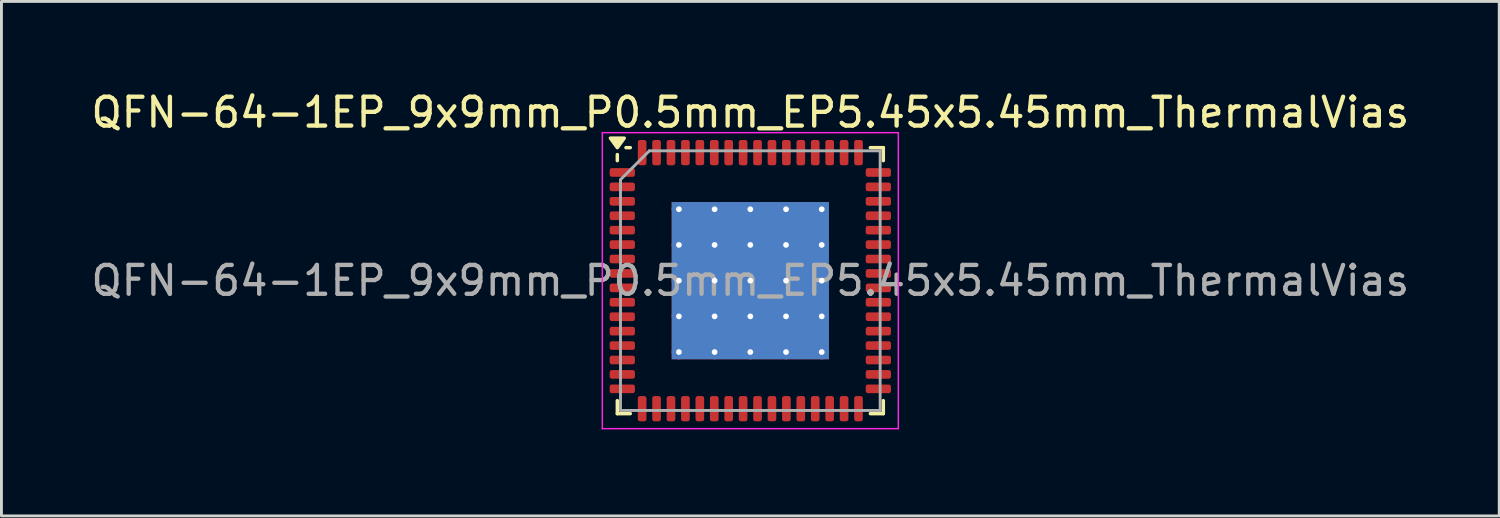
<source format=kicad_pcb>
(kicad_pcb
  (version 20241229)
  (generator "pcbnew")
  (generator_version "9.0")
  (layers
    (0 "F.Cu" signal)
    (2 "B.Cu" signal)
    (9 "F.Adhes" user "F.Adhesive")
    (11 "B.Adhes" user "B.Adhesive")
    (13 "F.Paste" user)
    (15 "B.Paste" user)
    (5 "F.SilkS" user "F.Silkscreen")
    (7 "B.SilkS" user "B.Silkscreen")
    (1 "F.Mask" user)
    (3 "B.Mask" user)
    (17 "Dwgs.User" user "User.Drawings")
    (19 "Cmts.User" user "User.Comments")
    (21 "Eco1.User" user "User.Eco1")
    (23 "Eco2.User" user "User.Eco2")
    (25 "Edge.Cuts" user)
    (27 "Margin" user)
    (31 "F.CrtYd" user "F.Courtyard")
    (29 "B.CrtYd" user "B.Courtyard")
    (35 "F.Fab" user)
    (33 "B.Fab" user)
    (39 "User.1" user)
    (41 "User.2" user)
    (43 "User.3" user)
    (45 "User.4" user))
  (footprint "QFN-64-1EP_9x9mm_P0.5mm_EP5.45x5.45mm_ThermalVias"
    (layer "F.Cu")
    (at 22.958 6.678)
    (property "Reference" "QFN-64-1EP_9x9mm_P0.5mm_EP5.45x5.45mm_ThermalVias" (at 0 -5.83 0) (layer "F.SilkS") (effects (font (size 1 1) (thickness 0.15))))
    (attr smd)
    (fp_line (start -4.61 -4.16) (end -4.61 -4.37) (stroke (width 0.12) (type solid)) (layer "F.SilkS"))
    (fp_line (start -4.61 4.61) (end -4.61 4.16) (stroke (width 0.12) (type solid)) (layer "F.SilkS"))
    (fp_line (start -4.16 -4.61) (end -4.31 -4.61) (stroke (width 0.12) (type solid)) (layer "F.SilkS"))
    (fp_line (start -4.16 4.61) (end -4.61 4.61) (stroke (width 0.12) (type solid)) (layer "F.SilkS"))
    (fp_line (start 4.16 -4.61) (end 4.61 -4.61) (stroke (width 0.12) (type solid)) (layer "F.SilkS"))
    (fp_line (start 4.16 4.61) (end 4.61 4.61) (stroke (width 0.12) (type solid)) (layer "F.SilkS"))
    (fp_line (start 4.61 -4.61) (end 4.61 -4.16) (stroke (width 0.12) (type solid)) (layer "F.SilkS"))
    (fp_line (start 4.61 4.61) (end 4.61 4.16) (stroke (width 0.12) (type solid)) (layer "F.SilkS"))
    (fp_poly (pts (xy -4.61 -4.61) (xy -4.85 -4.94) (xy -4.37 -4.94) (xy -4.61 -4.61)) (stroke (width 0.12) (type solid)) (fill yes) (layer "F.SilkS"))
    (fp_line (start -5.13 -5.13) (end -5.13 5.13) (stroke (width 0.05) (type solid)) (layer "F.CrtYd"))
    (fp_line (start -5.13 5.13) (end 5.13 5.13) (stroke (width 0.05) (type solid)) (layer "F.CrtYd"))
    (fp_line (start 5.13 -5.13) (end -5.13 -5.13) (stroke (width 0.05) (type solid)) (layer "F.CrtYd"))
    (fp_line (start 5.13 5.13) (end 5.13 -5.13) (stroke (width 0.05) (type solid)) (layer "F.CrtYd"))
    (fp_line (start -4.5 -3.5) (end -3.5 -4.5) (stroke (width 0.1) (type solid)) (layer "F.Fab"))
    (fp_line (start -4.5 4.5) (end -4.5 -3.5) (stroke (width 0.1) (type solid)) (layer "F.Fab"))
    (fp_line (start -3.5 -4.5) (end 4.5 -4.5) (stroke (width 0.1) (type solid)) (layer "F.Fab"))
    (fp_line (start 4.5 -4.5) (end 4.5 4.5) (stroke (width 0.1) (type solid)) (layer "F.Fab"))
    (fp_line (start 4.5 4.5) (end -4.5 4.5) (stroke (width 0.1) (type solid)) (layer "F.Fab"))
    (fp_text user "${REFERENCE}" (at 0 0 0) (layer "F.Fab") (effects (font (size 1 1) (thickness 0.15))))
    (pad "" smd roundrect (at -1.856 -1.856) (size 1.055 1.055) (layers "F.Paste") (roundrect_rratio 0.237))
    (pad "" smd roundrect (at -1.856 -0.619) (size 1.055 1.055) (layers "F.Paste") (roundrect_rratio 0.237))
    (pad "" smd roundrect (at -1.856 0.619) (size 1.055 1.055) (layers "F.Paste") (roundrect_rratio 0.237))
    (pad "" smd roundrect (at -1.856 1.856) (size 1.055 1.055) (layers "F.Paste") (roundrect_rratio 0.237))
    (pad "" smd roundrect (at -0.619 -1.856) (size 1.055 1.055) (layers "F.Paste") (roundrect_rratio 0.237))
    (pad "" smd roundrect (at -0.619 -0.619) (size 1.055 1.055) (layers "F.Paste") (roundrect_rratio 0.237))
    (pad "" smd roundrect (at -0.619 0.619) (size 1.055 1.055) (layers "F.Paste") (roundrect_rratio 0.237))
    (pad "" smd roundrect (at -0.619 1.856) (size 1.055 1.055) (layers "F.Paste") (roundrect_rratio 0.237))
    (pad "" smd roundrect (at 0.619 -1.856) (size 1.055 1.055) (layers "F.Paste") (roundrect_rratio 0.237))
    (pad "" smd roundrect (at 0.619 -0.619) (size 1.055 1.055) (layers "F.Paste") (roundrect_rratio 0.237))
    (pad "" smd roundrect (at 0.619 0.619) (size 1.055 1.055) (layers "F.Paste") (roundrect_rratio 0.237))
    (pad "" smd roundrect (at 0.619 1.856) (size 1.055 1.055) (layers "F.Paste") (roundrect_rratio 0.237))
    (pad "" smd roundrect (at 1.856 -1.856) (size 1.055 1.055) (layers "F.Paste") (roundrect_rratio 0.237))
    (pad "" smd roundrect (at 1.856 -0.619) (size 1.055 1.055) (layers "F.Paste") (roundrect_rratio 0.237))
    (pad "" smd roundrect (at 1.856 0.619) (size 1.055 1.055) (layers "F.Paste") (roundrect_rratio 0.237))
    (pad "" smd roundrect (at 1.856 1.856) (size 1.055 1.055) (layers "F.Paste") (roundrect_rratio 0.237))
    (pad "1" smd roundrect (at -4.438 -3.75) (size 0.875 0.3) (layers "F.Cu" "F.Mask" "F.Paste") (roundrect_rratio 0.25))
    (pad "2" smd roundrect (at -4.438 -3.25) (size 0.875 0.3) (layers "F.Cu" "F.Mask" "F.Paste") (roundrect_rratio 0.25))
    (pad "3" smd roundrect (at -4.438 -2.75) (size 0.875 0.3) (layers "F.Cu" "F.Mask" "F.Paste") (roundrect_rratio 0.25))
    (pad "4" smd roundrect (at -4.438 -2.25) (size 0.875 0.3) (layers "F.Cu" "F.Mask" "F.Paste") (roundrect_rratio 0.25))
    (pad "5" smd roundrect (at -4.438 -1.75) (size 0.875 0.3) (layers "F.Cu" "F.Mask" "F.Paste") (roundrect_rratio 0.25))
    (pad "6" smd roundrect (at -4.438 -1.25) (size 0.875 0.3) (layers "F.Cu" "F.Mask" "F.Paste") (roundrect_rratio 0.25))
    (pad "7" smd roundrect (at -4.438 -0.75) (size 0.875 0.3) (layers "F.Cu" "F.Mask" "F.Paste") (roundrect_rratio 0.25))
    (pad "8" smd roundrect (at -4.438 -0.25) (size 0.875 0.3) (layers "F.Cu" "F.Mask" "F.Paste") (roundrect_rratio 0.25))
    (pad "9" smd roundrect (at -4.438 0.25) (size 0.875 0.3) (layers "F.Cu" "F.Mask" "F.Paste") (roundrect_rratio 0.25))
    (pad "10" smd roundrect (at -4.438 0.75) (size 0.875 0.3) (layers "F.Cu" "F.Mask" "F.Paste") (roundrect_rratio 0.25))
    (pad "11" smd roundrect (at -4.438 1.25) (size 0.875 0.3) (layers "F.Cu" "F.Mask" "F.Paste") (roundrect_rratio 0.25))
    (pad "12" smd roundrect (at -4.438 1.75) (size 0.875 0.3) (layers "F.Cu" "F.Mask" "F.Paste") (roundrect_rratio 0.25))
    (pad "13" smd roundrect (at -4.438 2.25) (size 0.875 0.3) (layers "F.Cu" "F.Mask" "F.Paste") (roundrect_rratio 0.25))
    (pad "14" smd roundrect (at -4.438 2.75) (size 0.875 0.3) (layers "F.Cu" "F.Mask" "F.Paste") (roundrect_rratio 0.25))
    (pad "15" smd roundrect (at -4.438 3.25) (size 0.875 0.3) (layers "F.Cu" "F.Mask" "F.Paste") (roundrect_rratio 0.25))
    (pad "16" smd roundrect (at -4.438 3.75) (size 0.875 0.3) (layers "F.Cu" "F.Mask" "F.Paste") (roundrect_rratio 0.25))
    (pad "17" smd roundrect (at -3.75 4.438) (size 0.3 0.875) (layers "F.Cu" "F.Mask" "F.Paste") (roundrect_rratio 0.25))
    (pad "18" smd roundrect (at -3.25 4.438) (size 0.3 0.875) (layers "F.Cu" "F.Mask" "F.Paste") (roundrect_rratio 0.25))
    (pad "19" smd roundrect (at -2.75 4.438) (size 0.3 0.875) (layers "F.Cu" "F.Mask" "F.Paste") (roundrect_rratio 0.25))
    (pad "20" smd roundrect (at -2.25 4.438) (size 0.3 0.875) (layers "F.Cu" "F.Mask" "F.Paste") (roundrect_rratio 0.25))
    (pad "21" smd roundrect (at -1.75 4.438) (size 0.3 0.875) (layers "F.Cu" "F.Mask" "F.Paste") (roundrect_rratio 0.25))
    (pad "22" smd roundrect (at -1.25 4.438) (size 0.3 0.875) (layers "F.Cu" "F.Mask" "F.Paste") (roundrect_rratio 0.25))
    (pad "23" smd roundrect (at -0.75 4.438) (size 0.3 0.875) (layers "F.Cu" "F.Mask" "F.Paste") (roundrect_rratio 0.25))
    (pad "24" smd roundrect (at -0.25 4.438) (size 0.3 0.875) (layers "F.Cu" "F.Mask" "F.Paste") (roundrect_rratio 0.25))
    (pad "25" smd roundrect (at 0.25 4.438) (size 0.3 0.875) (layers "F.Cu" "F.Mask" "F.Paste") (roundrect_rratio 0.25))
    (pad "26" smd roundrect (at 0.75 4.438) (size 0.3 0.875) (layers "F.Cu" "F.Mask" "F.Paste") (roundrect_rratio 0.25))
    (pad "27" smd roundrect (at 1.25 4.438) (size 0.3 0.875) (layers "F.Cu" "F.Mask" "F.Paste") (roundrect_rratio 0.25))
    (pad "28" smd roundrect (at 1.75 4.438) (size 0.3 0.875) (layers "F.Cu" "F.Mask" "F.Paste") (roundrect_rratio 0.25))
    (pad "29" smd roundrect (at 2.25 4.438) (size 0.3 0.875) (layers "F.Cu" "F.Mask" "F.Paste") (roundrect_rratio 0.25))
    (pad "30" smd roundrect (at 2.75 4.438) (size 0.3 0.875) (layers "F.Cu" "F.Mask" "F.Paste") (roundrect_rratio 0.25))
    (pad "31" smd roundrect (at 3.25 4.438) (size 0.3 0.875) (layers "F.Cu" "F.Mask" "F.Paste") (roundrect_rratio 0.25))
    (pad "32" smd roundrect (at 3.75 4.438) (size 0.3 0.875) (layers "F.Cu" "F.Mask" "F.Paste") (roundrect_rratio 0.25))
    (pad "33" smd roundrect (at 4.438 3.75) (size 0.875 0.3) (layers "F.Cu" "F.Mask" "F.Paste") (roundrect_rratio 0.25))
    (pad "34" smd roundrect (at 4.438 3.25) (size 0.875 0.3) (layers "F.Cu" "F.Mask" "F.Paste") (roundrect_rratio 0.25))
    (pad "35" smd roundrect (at 4.438 2.75) (size 0.875 0.3) (layers "F.Cu" "F.Mask" "F.Paste") (roundrect_rratio 0.25))
    (pad "36" smd roundrect (at 4.438 2.25) (size 0.875 0.3) (layers "F.Cu" "F.Mask" "F.Paste") (roundrect_rratio 0.25))
    (pad "37" smd roundrect (at 4.438 1.75) (size 0.875 0.3) (layers "F.Cu" "F.Mask" "F.Paste") (roundrect_rratio 0.25))
    (pad "38" smd roundrect (at 4.438 1.25) (size 0.875 0.3) (layers "F.Cu" "F.Mask" "F.Paste") (roundrect_rratio 0.25))
    (pad "39" smd roundrect (at 4.438 0.75) (size 0.875 0.3) (layers "F.Cu" "F.Mask" "F.Paste") (roundrect_rratio 0.25))
    (pad "40" smd roundrect (at 4.438 0.25) (size 0.875 0.3) (layers "F.Cu" "F.Mask" "F.Paste") (roundrect_rratio 0.25))
    (pad "41" smd roundrect (at 4.438 -0.25) (size 0.875 0.3) (layers "F.Cu" "F.Mask" "F.Paste") (roundrect_rratio 0.25))
    (pad "42" smd roundrect (at 4.438 -0.75) (size 0.875 0.3) (layers "F.Cu" "F.Mask" "F.Paste") (roundrect_rratio 0.25))
    (pad "43" smd roundrect (at 4.438 -1.25) (size 0.875 0.3) (layers "F.Cu" "F.Mask" "F.Paste") (roundrect_rratio 0.25))
    (pad "44" smd roundrect (at 4.438 -1.75) (size 0.875 0.3) (layers "F.Cu" "F.Mask" "F.Paste") (roundrect_rratio 0.25))
    (pad "45" smd roundrect (at 4.438 -2.25) (size 0.875 0.3) (layers "F.Cu" "F.Mask" "F.Paste") (roundrect_rratio 0.25))
    (pad "46" smd roundrect (at 4.438 -2.75) (size 0.875 0.3) (layers "F.Cu" "F.Mask" "F.Paste") (roundrect_rratio 0.25))
    (pad "47" smd roundrect (at 4.438 -3.25) (size 0.875 0.3) (layers "F.Cu" "F.Mask" "F.Paste") (roundrect_rratio 0.25))
    (pad "48" smd roundrect (at 4.438 -3.75) (size 0.875 0.3) (layers "F.Cu" "F.Mask" "F.Paste") (roundrect_rratio 0.25))
    (pad "49" smd roundrect (at 3.75 -4.438) (size 0.3 0.875) (layers "F.Cu" "F.Mask" "F.Paste") (roundrect_rratio 0.25))
    (pad "50" smd roundrect (at 3.25 -4.438) (size 0.3 0.875) (layers "F.Cu" "F.Mask" "F.Paste") (roundrect_rratio 0.25))
    (pad "51" smd roundrect (at 2.75 -4.438) (size 0.3 0.875) (layers "F.Cu" "F.Mask" "F.Paste") (roundrect_rratio 0.25))
    (pad "52" smd roundrect (at 2.25 -4.438) (size 0.3 0.875) (layers "F.Cu" "F.Mask" "F.Paste") (roundrect_rratio 0.25))
    (pad "53" smd roundrect (at 1.75 -4.438) (size 0.3 0.875) (layers "F.Cu" "F.Mask" "F.Paste") (roundrect_rratio 0.25))
    (pad "54" smd roundrect (at 1.25 -4.438) (size 0.3 0.875) (layers "F.Cu" "F.Mask" "F.Paste") (roundrect_rratio 0.25))
    (pad "55" smd roundrect (at 0.75 -4.438) (size 0.3 0.875) (layers "F.Cu" "F.Mask" "F.Paste") (roundrect_rratio 0.25))
    (pad "56" smd roundrect (at 0.25 -4.438) (size 0.3 0.875) (layers "F.Cu" "F.Mask" "F.Paste") (roundrect_rratio 0.25))
    (pad "57" smd roundrect (at -0.25 -4.438) (size 0.3 0.875) (layers "F.Cu" "F.Mask" "F.Paste") (roundrect_rratio 0.25))
    (pad "58" smd roundrect (at -0.75 -4.438) (size 0.3 0.875) (layers "F.Cu" "F.Mask" "F.Paste") (roundrect_rratio 0.25))
    (pad "59" smd roundrect (at -1.25 -4.438) (size 0.3 0.875) (layers "F.Cu" "F.Mask" "F.Paste") (roundrect_rratio 0.25))
    (pad "60" smd roundrect (at -1.75 -4.438) (size 0.3 0.875) (layers "F.Cu" "F.Mask" "F.Paste") (roundrect_rratio 0.25))
    (pad "61" smd roundrect (at -2.25 -4.438) (size 0.3 0.875) (layers "F.Cu" "F.Mask" "F.Paste") (roundrect_rratio 0.25))
    (pad "62" smd roundrect (at -2.75 -4.438) (size 0.3 0.875) (layers "F.Cu" "F.Mask" "F.Paste") (roundrect_rratio 0.25))
    (pad "63" smd roundrect (at -3.25 -4.438) (size 0.3 0.875) (layers "F.Cu" "F.Mask" "F.Paste") (roundrect_rratio 0.25))
    (pad "64" smd roundrect (at -3.75 -4.438) (size 0.3 0.875) (layers "F.Cu" "F.Mask" "F.Paste") (roundrect_rratio 0.25))
    (pad "65" thru_hole circle (at -2.475 -2.475) (size 0.5 0.5) (drill 0.2) (property pad_prop_heatsink) (layers "*.Cu"))
    (pad "65" thru_hole circle (at -2.475 -1.238) (size 0.5 0.5) (drill 0.2) (property pad_prop_heatsink) (layers "*.Cu"))
    (pad "65" thru_hole circle (at -2.475 0) (size 0.5 0.5) (drill 0.2) (property pad_prop_heatsink) (layers "*.Cu"))
    (pad "65" thru_hole circle (at -2.475 1.238) (size 0.5 0.5) (drill 0.2) (property pad_prop_heatsink) (layers "*.Cu"))
    (pad "65" thru_hole circle (at -2.475 2.475) (size 0.5 0.5) (drill 0.2) (property pad_prop_heatsink) (layers "*.Cu"))
    (pad "65" thru_hole circle (at -1.238 -2.475) (size 0.5 0.5) (drill 0.2) (property pad_prop_heatsink) (layers "*.Cu"))
    (pad "65" thru_hole circle (at -1.238 -1.238) (size 0.5 0.5) (drill 0.2) (property pad_prop_heatsink) (layers "*.Cu"))
    (pad "65" thru_hole circle (at -1.238 0) (size 0.5 0.5) (drill 0.2) (property pad_prop_heatsink) (layers "*.Cu"))
    (pad "65" thru_hole circle (at -1.238 1.238) (size 0.5 0.5) (drill 0.2) (property pad_prop_heatsink) (layers "*.Cu"))
    (pad "65" thru_hole circle (at -1.238 2.475) (size 0.5 0.5) (drill 0.2) (property pad_prop_heatsink) (layers "*.Cu"))
    (pad "65" thru_hole circle (at 0 -2.475) (size 0.5 0.5) (drill 0.2) (property pad_prop_heatsink) (layers "*.Cu"))
    (pad "65" thru_hole circle (at 0 -1.238) (size 0.5 0.5) (drill 0.2) (property pad_prop_heatsink) (layers "*.Cu"))
    (pad "65" thru_hole circle (at 0 0) (size 0.5 0.5) (drill 0.2) (property pad_prop_heatsink) (layers "*.Cu"))
    (pad "65" smd rect (at 0 0) (size 5.45 5.45) (property pad_prop_heatsink) (layers "F.Cu" "F.Mask"))
    (pad "65" smd rect (at 0 0) (size 5.45 5.45) (property pad_prop_heatsink) (layers "B.Cu"))
    (pad "65" thru_hole circle (at 0 1.238) (size 0.5 0.5) (drill 0.2) (property pad_prop_heatsink) (layers "*.Cu"))
    (pad "65" thru_hole circle (at 0 2.475) (size 0.5 0.5) (drill 0.2) (property pad_prop_heatsink) (layers "*.Cu"))
    (pad "65" thru_hole circle (at 1.238 -2.475) (size 0.5 0.5) (drill 0.2) (property pad_prop_heatsink) (layers "*.Cu"))
    (pad "65" thru_hole circle (at 1.238 -1.238) (size 0.5 0.5) (drill 0.2) (property pad_prop_heatsink) (layers "*.Cu"))
    (pad "65" thru_hole circle (at 1.238 0) (size 0.5 0.5) (drill 0.2) (property pad_prop_heatsink) (layers "*.Cu"))
    (pad "65" thru_hole circle (at 1.238 1.238) (size 0.5 0.5) (drill 0.2) (property pad_prop_heatsink) (layers "*.Cu"))
    (pad "65" thru_hole circle (at 1.238 2.475) (size 0.5 0.5) (drill 0.2) (property pad_prop_heatsink) (layers "*.Cu"))
    (pad "65" thru_hole circle (at 2.475 -2.475) (size 0.5 0.5) (drill 0.2) (property pad_prop_heatsink) (layers "*.Cu"))
    (pad "65" thru_hole circle (at 2.475 -1.238) (size 0.5 0.5) (drill 0.2) (property pad_prop_heatsink) (layers "*.Cu"))
    (pad "65" thru_hole circle (at 2.475 0) (size 0.5 0.5) (drill 0.2) (property pad_prop_heatsink) (layers "*.Cu"))
    (pad "65" thru_hole circle (at 2.475 1.238) (size 0.5 0.5) (drill 0.2) (property pad_prop_heatsink) (layers "*.Cu"))
    (pad "65" thru_hole circle (at 2.475 2.475) (size 0.5 0.5) (drill 0.2) (property pad_prop_heatsink) (layers "*.Cu")))
  (gr_rect
    (start -3 -3)
    (end 48.917 14.833)
    (stroke (width 0.1) (type default))
    (fill no)
    (layer "Edge.Cuts")))
</source>
